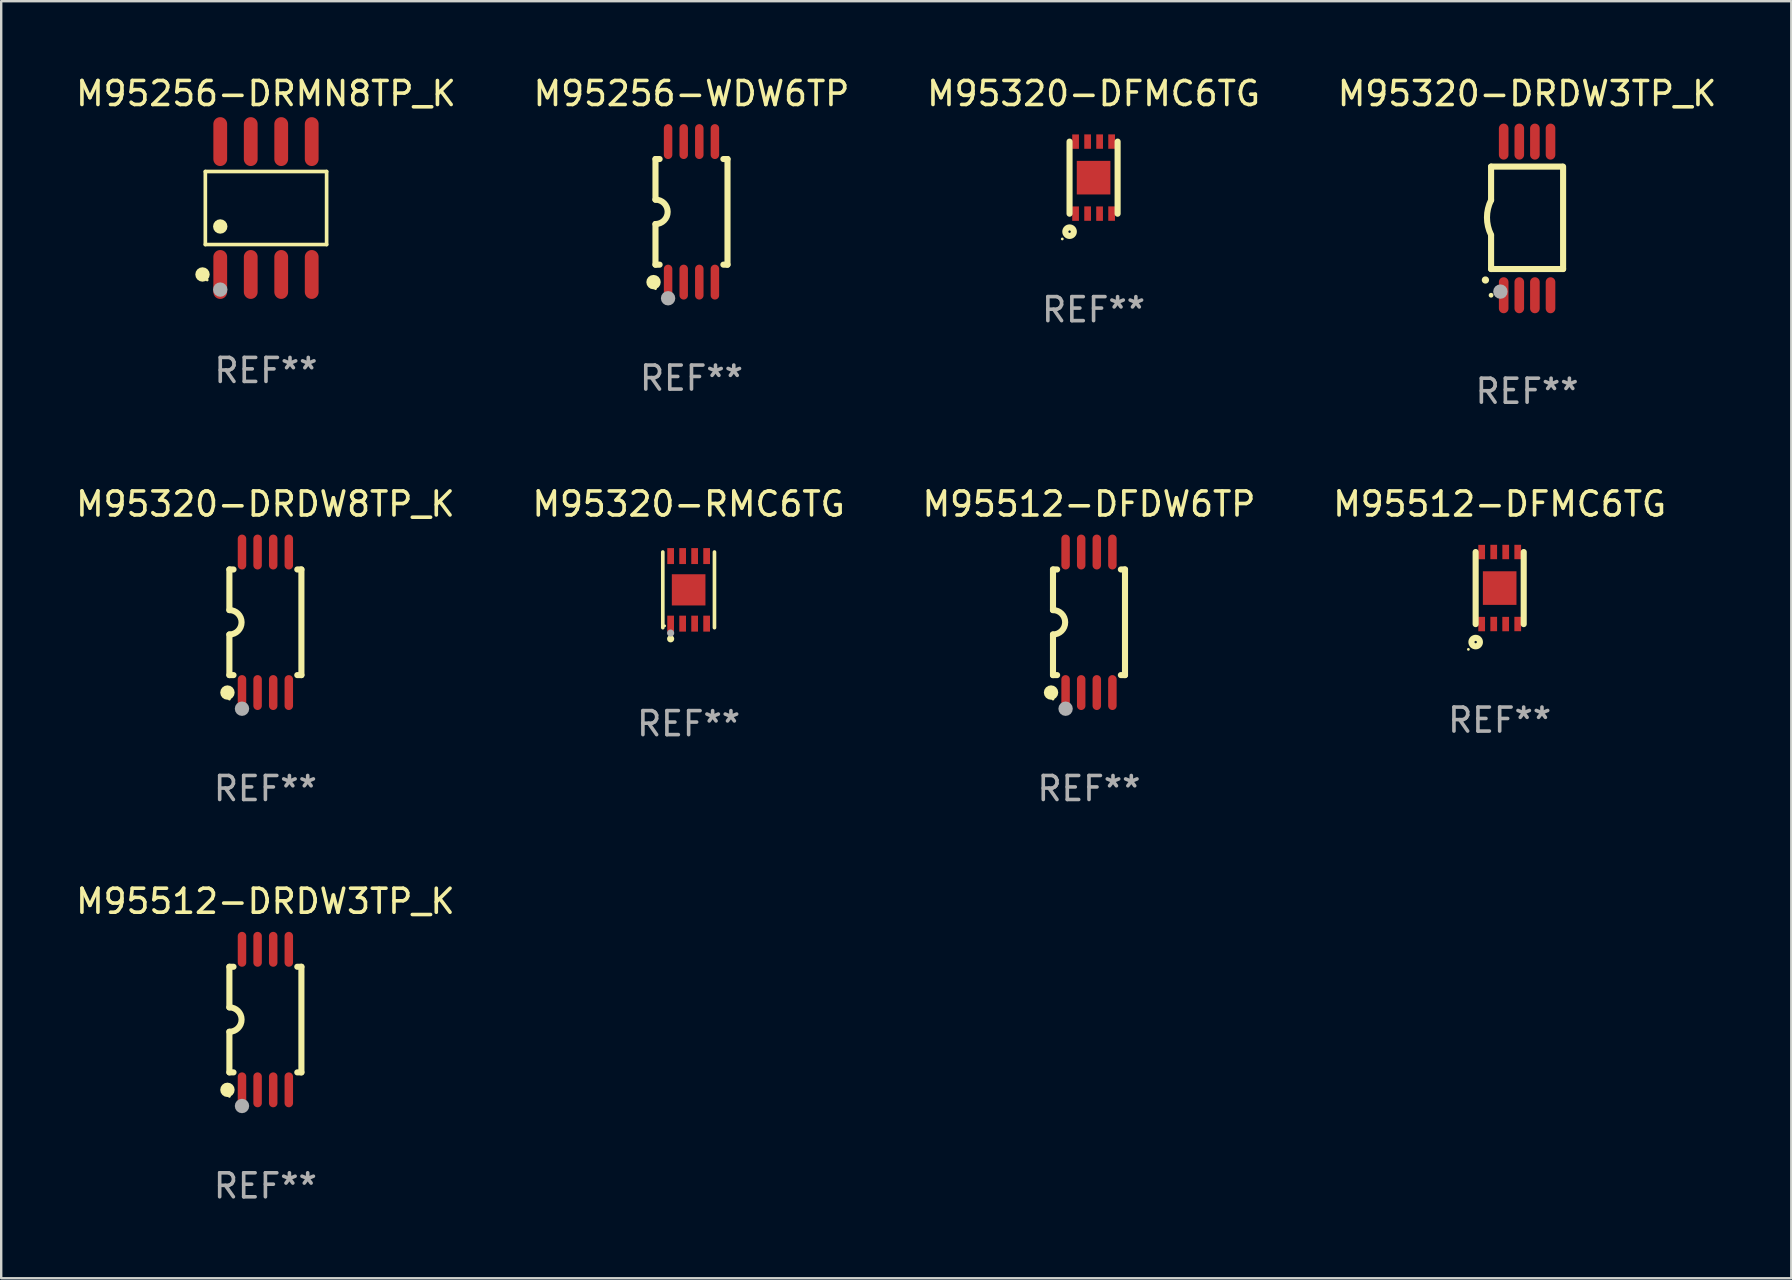
<source format=kicad_pcb>
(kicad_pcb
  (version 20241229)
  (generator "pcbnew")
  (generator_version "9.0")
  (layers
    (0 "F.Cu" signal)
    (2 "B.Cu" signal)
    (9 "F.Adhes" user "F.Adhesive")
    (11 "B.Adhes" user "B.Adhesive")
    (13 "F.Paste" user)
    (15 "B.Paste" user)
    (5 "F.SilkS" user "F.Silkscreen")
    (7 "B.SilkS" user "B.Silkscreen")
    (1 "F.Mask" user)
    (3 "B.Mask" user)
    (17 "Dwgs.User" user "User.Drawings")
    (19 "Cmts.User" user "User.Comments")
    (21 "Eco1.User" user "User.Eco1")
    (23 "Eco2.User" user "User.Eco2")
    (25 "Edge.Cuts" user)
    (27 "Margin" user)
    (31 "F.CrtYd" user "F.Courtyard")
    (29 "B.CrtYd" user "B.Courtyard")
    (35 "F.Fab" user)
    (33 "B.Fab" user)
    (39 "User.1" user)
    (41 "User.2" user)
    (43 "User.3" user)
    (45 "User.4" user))
  (footprint "M95256-WDW6TP"
    (layer "F.Cu")
    (at 25.756 5.775)
    (property "Reference" "M95256-WDW6TP" (at 0 -4.927 0) (layer "F.SilkS") (effects (font (size 1 1) (thickness 0.15))))
    (attr through_hole)
    (fp_line (start -1.5 -2.2) (end -1.5 -0.508) (stroke (width 0.254) (type solid)) (layer "F.SilkS"))
    (fp_line (start -1.5 -2.2) (end -1.328 -2.2) (stroke (width 0.254) (type solid)) (layer "F.SilkS"))
    (fp_line (start -1.5 2.2) (end -1.5 0.508) (stroke (width 0.254) (type solid)) (layer "F.SilkS"))
    (fp_line (start -1.5 2.2) (end -1.328 2.2) (stroke (width 0.254) (type solid)) (layer "F.SilkS"))
    (fp_line (start 1.328 -2.2) (end 1.5 -2.2) (stroke (width 0.254) (type solid)) (layer "F.SilkS"))
    (fp_line (start 1.328 2.2) (end 1.5 2.2) (stroke (width 0.254) (type solid)) (layer "F.SilkS"))
    (fp_line (start 1.5 -2.2) (end 1.5 2.2) (stroke (width 0.254) (type solid)) (layer "F.SilkS"))
    (fp_arc (start -1.501144 -0.508) (mid -0.993143 -0.000571) (end -1.5 0.508001) (stroke (width 0.254001) (type solid)) (layer "F.SilkS"))
    (fp_circle (center -1.581 2.927) (end -1.431 2.927) (stroke (width 0.3) (type solid)) (fill no) (layer "F.SilkS"))
    (fp_circle (center -1.5 3.2) (end -1.47 3.2) (stroke (width 0.06) (type solid)) (fill no) (layer "F.SilkS"))
    (fp_circle (center -0.975 3.6) (end -0.825 3.6) (stroke (width 0.3) (type solid)) (fill no) (layer "F.Fab"))
    (fp_text user "REF**" (at 0 6.927 0) (layer "F.Fab") (effects (font (size 1 1) (thickness 0.15))))
    (pad "1" smd oval (at -0.975 2.927) (size 0.353 1.454) (layers "F.Cu" "F.Mask" "F.Paste"))
    (pad "2" smd oval (at -0.325 2.927) (size 0.353 1.454) (layers "F.Cu" "F.Mask" "F.Paste"))
    (pad "3" smd oval (at 0.325 2.927) (size 0.353 1.454) (layers "F.Cu" "F.Mask" "F.Paste"))
    (pad "4" smd oval (at 0.975 2.927) (size 0.353 1.454) (layers "F.Cu" "F.Mask" "F.Paste"))
    (pad "5" smd oval (at 0.975 -2.927) (size 0.353 1.454) (layers "F.Cu" "F.Mask" "F.Paste"))
    (pad "6" smd oval (at 0.325 -2.927) (size 0.353 1.454) (layers "F.Cu" "F.Mask" "F.Paste"))
    (pad "7" smd oval (at -0.325 -2.927) (size 0.353 1.454) (layers "F.Cu" "F.Mask" "F.Paste"))
    (pad "8" smd oval (at -0.975 -2.927) (size 0.353 1.454) (layers "F.Cu" "F.Mask" "F.Paste")))
  (footprint "M95320-DRDW3TP_K"
    (layer "F.Cu")
    (at 60.565 6.049)
    (property "Reference" "M95320-DRDW3TP_K" (at 0 -5.2 0) (layer "F.SilkS") (effects (font (size 1 1) (thickness 0.15))))
    (attr through_hole)
    (fp_line (start -1.5 -0.762) (end -1.5 -2.159) (stroke (width 0.254) (type solid)) (layer "F.SilkS"))
    (fp_line (start -1.5 2.108) (end -1.5 0.711) (stroke (width 0.254) (type solid)) (layer "F.SilkS"))
    (fp_line (start -1.5 2.108) (end 1.5 2.108) (stroke (width 0.254) (type solid)) (layer "F.SilkS"))
    (fp_line (start 1.463 -2.159) (end -1.5 -2.159) (stroke (width 0.254) (type solid)) (layer "F.SilkS"))
    (fp_line (start 1.5 2.108) (end 1.5 -2.159) (stroke (width 0.254) (type solid)) (layer "F.SilkS"))
    (fp_arc (start -1.737287 2.565405) (mid -1.736017 2.5654) (end -1.734747 2.565405) (stroke (width 0.3) (type solid)) (layer "F.SilkS"))
    (fp_arc (start -1.500076 0.685801) (mid -1.670966 -0.0381) (end -1.500076 -0.762002) (stroke (width 0.254001) (type solid)) (layer "F.SilkS"))
    (fp_circle (center -1.5 3.2) (end -1.45 3.2) (stroke (width 0.1) (type solid)) (fill no) (layer "F.SilkS"))
    (fp_circle (center -1.112 3.048) (end -0.962 3.048) (stroke (width 0.3) (type solid)) (fill no) (layer "F.Fab"))
    (fp_text user "REF**" (at 0 7.2 0) (layer "F.Fab") (effects (font (size 1 1) (thickness 0.15))))
    (pad "1" smd oval (at -0.975 3.2 180) (size 0.4 1.5) (layers "F.Cu" "F.Mask" "F.Paste"))
    (pad "2" smd oval (at -0.325 3.2 180) (size 0.4 1.5) (layers "F.Cu" "F.Mask" "F.Paste"))
    (pad "3" smd oval (at 0.325 3.2 180) (size 0.4 1.5) (layers "F.Cu" "F.Mask" "F.Paste"))
    (pad "4" smd oval (at 0.976 3.2 180) (size 0.4 1.5) (layers "F.Cu" "F.Mask" "F.Paste"))
    (pad "5" smd oval (at 0.976 -3.2 180) (size 0.4 1.5) (layers "F.Cu" "F.Mask" "F.Paste"))
    (pad "6" smd oval (at 0.325 -3.2 180) (size 0.4 1.5) (layers "F.Cu" "F.Mask" "F.Paste"))
    (pad "7" smd oval (at -0.325 -3.2 180) (size 0.4 1.5) (layers "F.Cu" "F.Mask" "F.Paste"))
    (pad "8" smd oval (at -0.975 -3.2 180) (size 0.4 1.5) (layers "F.Cu" "F.Mask" "F.Paste")))
  (footprint "M95256-DRMN8TP_K"
    (layer "F.Cu")
    (at 8.03 5.616)
    (property "Reference" "M95256-DRMN8TP_K" (at 0 -4.768 0) (layer "F.SilkS") (effects (font (size 1 1) (thickness 0.15))))
    (attr through_hole)
    (fp_line (start -2.526 -1.521) (end 2.526 -1.521) (stroke (width 0.152) (type solid)) (layer "F.SilkS"))
    (fp_line (start -2.526 1.521) (end -2.526 -1.521) (stroke (width 0.152) (type solid)) (layer "F.SilkS"))
    (fp_line (start 2.526 -1.521) (end 2.526 1.521) (stroke (width 0.152) (type solid)) (layer "F.SilkS"))
    (fp_line (start 2.526 1.521) (end -2.526 1.521) (stroke (width 0.152) (type solid)) (layer "F.SilkS"))
    (fp_circle (center -2.644 2.768) (end -2.494 2.768) (stroke (width 0.3) (type solid)) (fill no) (layer "F.SilkS"))
    (fp_circle (center -2.45 2.998) (end -2.42 2.998) (stroke (width 0.06) (type solid)) (fill no) (layer "F.SilkS"))
    (fp_circle (center -1.905 0.769) (end -1.755 0.769) (stroke (width 0.3) (type solid)) (fill no) (layer "F.SilkS"))
    (fp_circle (center -1.905 3.398) (end -1.755 3.398) (stroke (width 0.3) (type solid)) (fill no) (layer "F.Fab"))
    (fp_text user "REF**" (at 0 6.768 0) (layer "F.Fab") (effects (font (size 1 1) (thickness 0.15))))
    (pad "1" smd oval (at -1.905 2.768) (size 0.574 2.036) (layers "F.Cu" "F.Mask" "F.Paste"))
    (pad "2" smd oval (at -0.635 2.768) (size 0.574 2.036) (layers "F.Cu" "F.Mask" "F.Paste"))
    (pad "3" smd oval (at 0.635 2.768) (size 0.574 2.036) (layers "F.Cu" "F.Mask" "F.Paste"))
    (pad "4" smd oval (at 1.905 2.768) (size 0.574 2.036) (layers "F.Cu" "F.Mask" "F.Paste"))
    (pad "5" smd oval (at 1.905 -2.768) (size 0.574 2.036) (layers "F.Cu" "F.Mask" "F.Paste"))
    (pad "6" smd oval (at 0.635 -2.768) (size 0.574 2.036) (layers "F.Cu" "F.Mask" "F.Paste"))
    (pad "7" smd oval (at -0.635 -2.768) (size 0.574 2.036) (layers "F.Cu" "F.Mask" "F.Paste"))
    (pad "8" smd oval (at -1.905 -2.768) (size 0.574 2.036) (layers "F.Cu" "F.Mask" "F.Paste")))
  (footprint "M95320-RMC6TG"
    (layer "F.Cu")
    (at 25.637 21.522)
    (property "Reference" "M95320-RMC6TG" (at 0 -3.576 0) (layer "F.SilkS") (effects (font (size 1 1) (thickness 0.15))))
    (attr through_hole)
    (fp_line (start -1.076 1.576) (end -1.076 -1.576) (stroke (width 0.152) (type solid)) (layer "F.SilkS"))
    (fp_line (start 1.076 1.576) (end 1.076 -1.576) (stroke (width 0.152) (type solid)) (layer "F.SilkS"))
    (fp_circle (center -1 1.5) (end -0.97 1.5) (stroke (width 0.06) (type solid)) (fill no) (layer "F.SilkS"))
    (fp_circle (center -0.75 2.04) (end -0.675 2.04) (stroke (width 0.15) (type solid)) (fill no) (layer "F.SilkS"))
    (fp_circle (center -0.75 1.8) (end -0.675 1.8) (stroke (width 0.15) (type solid)) (fill no) (layer "F.Fab"))
    (fp_text user "REF**" (at 0 5.576 0) (layer "F.Fab") (effects (font (size 1 1) (thickness 0.15))))
    (pad "1" smd rect (at -0.75 1.407) (size 0.28 0.665) (layers "F.Cu" "F.Mask" "F.Paste"))
    (pad "2" smd rect (at -0.25 1.407) (size 0.28 0.665) (layers "F.Cu" "F.Mask" "F.Paste"))
    (pad "3" smd rect (at 0.25 1.407) (size 0.28 0.665) (layers "F.Cu" "F.Mask" "F.Paste"))
    (pad "4" smd rect (at 0.75 1.407) (size 0.28 0.665) (layers "F.Cu" "F.Mask" "F.Paste"))
    (pad "5" smd rect (at 0.75 -1.407) (size 0.28 0.665) (layers "F.Cu" "F.Mask" "F.Paste"))
    (pad "6" smd rect (at 0.25 -1.407) (size 0.28 0.665) (layers "F.Cu" "F.Mask" "F.Paste"))
    (pad "7" smd rect (at -0.25 -1.407) (size 0.28 0.665) (layers "F.Cu" "F.Mask" "F.Paste"))
    (pad "8" smd rect (at -0.75 -1.407) (size 0.28 0.665) (layers "F.Cu" "F.Mask" "F.Paste"))
    (pad "9" smd rect (at 0 0) (size 1.4 1.3) (layers "F.Cu" "F.Mask" "F.Paste")))
  (footprint "M95320-DFMC6TG"
    (layer "F.Cu")
    (at 42.506 4.35)
    (property "Reference" "M95320-DFMC6TG" (at 0 -3.502 0) (layer "F.SilkS") (effects (font (size 1 1) (thickness 0.15))))
    (attr through_hole)
    (fp_line (start -1.001 1.502) (end -1.001 -1.501) (stroke (width 0.254) (type solid)) (layer "F.SilkS"))
    (fp_line (start 1.001 1.502) (end 1.001 -1.501) (stroke (width 0.254) (type solid)) (layer "F.SilkS"))
    (fp_circle (center -1.304 2.554) (end -1.274 2.554) (stroke (width 0.06) (type solid)) (fill no) (layer "F.SilkS"))
    (fp_circle (center -1 2.251) (end -0.823 2.251) (stroke (width 0.254) (type solid)) (fill no) (layer "F.SilkS"))
    (fp_text user "REF**" (at 0 5.502 0) (layer "F.Fab") (effects (font (size 1 1) (thickness 0.15))))
    (pad "1" smd rect (at -0.75 1.5 180) (size 0.28 0.6) (layers "F.Cu" "F.Mask" "F.Paste"))
    (pad "2" smd rect (at -0.248 1.498 180) (size 0.28 0.6) (layers "F.Cu" "F.Mask" "F.Paste"))
    (pad "3" smd rect (at 0.25 1.5 180) (size 0.28 0.6) (layers "F.Cu" "F.Mask" "F.Paste"))
    (pad "4" smd rect (at 0.752 1.498 180) (size 0.28 0.6) (layers "F.Cu" "F.Mask" "F.Paste"))
    (pad "5" smd rect (at 0.752 -1.502 180) (size 0.28 0.6) (layers "F.Cu" "F.Mask" "F.Paste"))
    (pad "6" smd rect (at 0.252 -1.502 180) (size 0.28 0.6) (layers "F.Cu" "F.Mask" "F.Paste"))
    (pad "7" smd rect (at -0.248 -1.502 180) (size 0.28 0.6) (layers "F.Cu" "F.Mask" "F.Paste"))
    (pad "8" smd rect (at -0.75 -1.5 180) (size 0.28 0.6) (layers "F.Cu" "F.Mask" "F.Paste"))
    (pad "9" smd rect (at 0.000051 0.001 270) (size 1.4 1.4) (layers "F.Cu" "F.Mask" "F.Paste")))
  (footprint "M95512-DFDW6TP"
    (layer "F.Cu")
    (at 42.315 22.873)
    (property "Reference" "M95512-DFDW6TP" (at 0 -4.927 0) (layer "F.SilkS") (effects (font (size 1 1) (thickness 0.15))))
    (attr through_hole)
    (fp_line (start -1.5 -2.2) (end -1.5 -0.508) (stroke (width 0.254) (type solid)) (layer "F.SilkS"))
    (fp_line (start -1.5 -2.2) (end -1.328 -2.2) (stroke (width 0.254) (type solid)) (layer "F.SilkS"))
    (fp_line (start -1.5 2.2) (end -1.5 0.508) (stroke (width 0.254) (type solid)) (layer "F.SilkS"))
    (fp_line (start -1.5 2.2) (end -1.328 2.2) (stroke (width 0.254) (type solid)) (layer "F.SilkS"))
    (fp_line (start 1.328 -2.2) (end 1.5 -2.2) (stroke (width 0.254) (type solid)) (layer "F.SilkS"))
    (fp_line (start 1.328 2.2) (end 1.5 2.2) (stroke (width 0.254) (type solid)) (layer "F.SilkS"))
    (fp_line (start 1.5 -2.2) (end 1.5 2.2) (stroke (width 0.254) (type solid)) (layer "F.SilkS"))
    (fp_arc (start -1.501144 -0.508) (mid -0.993143 -0.000571) (end -1.5 0.508001) (stroke (width 0.254001) (type solid)) (layer "F.SilkS"))
    (fp_circle (center -1.581 2.927) (end -1.431 2.927) (stroke (width 0.3) (type solid)) (fill no) (layer "F.SilkS"))
    (fp_circle (center -1.5 3.2) (end -1.47 3.2) (stroke (width 0.06) (type solid)) (fill no) (layer "F.SilkS"))
    (fp_circle (center -0.975 3.6) (end -0.825 3.6) (stroke (width 0.3) (type solid)) (fill no) (layer "F.Fab"))
    (fp_text user "REF**" (at 0 6.927 0) (layer "F.Fab") (effects (font (size 1 1) (thickness 0.15))))
    (pad "1" smd oval (at -0.975 2.927) (size 0.353 1.454) (layers "F.Cu" "F.Mask" "F.Paste"))
    (pad "2" smd oval (at -0.325 2.927) (size 0.353 1.454) (layers "F.Cu" "F.Mask" "F.Paste"))
    (pad "3" smd oval (at 0.325 2.927) (size 0.353 1.454) (layers "F.Cu" "F.Mask" "F.Paste"))
    (pad "4" smd oval (at 0.975 2.927) (size 0.353 1.454) (layers "F.Cu" "F.Mask" "F.Paste"))
    (pad "5" smd oval (at 0.975 -2.927) (size 0.353 1.454) (layers "F.Cu" "F.Mask" "F.Paste"))
    (pad "6" smd oval (at 0.325 -2.927) (size 0.353 1.454) (layers "F.Cu" "F.Mask" "F.Paste"))
    (pad "7" smd oval (at -0.325 -2.927) (size 0.353 1.454) (layers "F.Cu" "F.Mask" "F.Paste"))
    (pad "8" smd oval (at -0.975 -2.927) (size 0.353 1.454) (layers "F.Cu" "F.Mask" "F.Paste")))
  (footprint "M95512-DFMC6TG"
    (layer "F.Cu")
    (at 59.423 21.447)
    (property "Reference" "M95512-DFMC6TG" (at 0 -3.502 0) (layer "F.SilkS") (effects (font (size 1 1) (thickness 0.15))))
    (attr through_hole)
    (fp_line (start -1.001 1.502) (end -1.001 -1.501) (stroke (width 0.254) (type solid)) (layer "F.SilkS"))
    (fp_line (start 1.001 1.502) (end 1.001 -1.501) (stroke (width 0.254) (type solid)) (layer "F.SilkS"))
    (fp_circle (center -1.304 2.554) (end -1.274 2.554) (stroke (width 0.06) (type solid)) (fill no) (layer "F.SilkS"))
    (fp_circle (center -1 2.251) (end -0.823 2.251) (stroke (width 0.254) (type solid)) (fill no) (layer "F.SilkS"))
    (fp_text user "REF**" (at 0 5.502 0) (layer "F.Fab") (effects (font (size 1 1) (thickness 0.15))))
    (pad "1" smd rect (at -0.75 1.5 180) (size 0.28 0.6) (layers "F.Cu" "F.Mask" "F.Paste"))
    (pad "2" smd rect (at -0.248 1.498 180) (size 0.28 0.6) (layers "F.Cu" "F.Mask" "F.Paste"))
    (pad "3" smd rect (at 0.25 1.5 180) (size 0.28 0.6) (layers "F.Cu" "F.Mask" "F.Paste"))
    (pad "4" smd rect (at 0.752 1.498 180) (size 0.28 0.6) (layers "F.Cu" "F.Mask" "F.Paste"))
    (pad "5" smd rect (at 0.752 -1.502 180) (size 0.28 0.6) (layers "F.Cu" "F.Mask" "F.Paste"))
    (pad "6" smd rect (at 0.252 -1.502 180) (size 0.28 0.6) (layers "F.Cu" "F.Mask" "F.Paste"))
    (pad "7" smd rect (at -0.248 -1.502 180) (size 0.28 0.6) (layers "F.Cu" "F.Mask" "F.Paste"))
    (pad "8" smd rect (at -0.75 -1.5 180) (size 0.28 0.6) (layers "F.Cu" "F.Mask" "F.Paste"))
    (pad "9" smd rect (at 0.000051 0.001 270) (size 1.4 1.4) (layers "F.Cu" "F.Mask" "F.Paste")))
  (footprint "M95320-DRDW8TP_K"
    (layer "F.Cu")
    (at 8.006 22.873)
    (property "Reference" "M95320-DRDW8TP_K" (at 0 -4.927 0) (layer "F.SilkS") (effects (font (size 1 1) (thickness 0.15))))
    (attr through_hole)
    (fp_line (start -1.5 -2.2) (end -1.5 -0.508) (stroke (width 0.254) (type solid)) (layer "F.SilkS"))
    (fp_line (start -1.5 -2.2) (end -1.328 -2.2) (stroke (width 0.254) (type solid)) (layer "F.SilkS"))
    (fp_line (start -1.5 2.2) (end -1.5 0.508) (stroke (width 0.254) (type solid)) (layer "F.SilkS"))
    (fp_line (start -1.5 2.2) (end -1.328 2.2) (stroke (width 0.254) (type solid)) (layer "F.SilkS"))
    (fp_line (start 1.328 -2.2) (end 1.5 -2.2) (stroke (width 0.254) (type solid)) (layer "F.SilkS"))
    (fp_line (start 1.328 2.2) (end 1.5 2.2) (stroke (width 0.254) (type solid)) (layer "F.SilkS"))
    (fp_line (start 1.5 -2.2) (end 1.5 2.2) (stroke (width 0.254) (type solid)) (layer "F.SilkS"))
    (fp_arc (start -1.501144 -0.508) (mid -0.993143 -0.000571) (end -1.5 0.508001) (stroke (width 0.254001) (type solid)) (layer "F.SilkS"))
    (fp_circle (center -1.581 2.927) (end -1.431 2.927) (stroke (width 0.3) (type solid)) (fill no) (layer "F.SilkS"))
    (fp_circle (center -1.5 3.2) (end -1.47 3.2) (stroke (width 0.06) (type solid)) (fill no) (layer "F.SilkS"))
    (fp_circle (center -0.975 3.6) (end -0.825 3.6) (stroke (width 0.3) (type solid)) (fill no) (layer "F.Fab"))
    (fp_text user "REF**" (at 0 6.927 0) (layer "F.Fab") (effects (font (size 1 1) (thickness 0.15))))
    (pad "1" smd oval (at -0.975 2.927) (size 0.353 1.454) (layers "F.Cu" "F.Mask" "F.Paste"))
    (pad "2" smd oval (at -0.325 2.927) (size 0.353 1.454) (layers "F.Cu" "F.Mask" "F.Paste"))
    (pad "3" smd oval (at 0.325 2.927) (size 0.353 1.454) (layers "F.Cu" "F.Mask" "F.Paste"))
    (pad "4" smd oval (at 0.975 2.927) (size 0.353 1.454) (layers "F.Cu" "F.Mask" "F.Paste"))
    (pad "5" smd oval (at 0.975 -2.927) (size 0.353 1.454) (layers "F.Cu" "F.Mask" "F.Paste"))
    (pad "6" smd oval (at 0.325 -2.927) (size 0.353 1.454) (layers "F.Cu" "F.Mask" "F.Paste"))
    (pad "7" smd oval (at -0.325 -2.927) (size 0.353 1.454) (layers "F.Cu" "F.Mask" "F.Paste"))
    (pad "8" smd oval (at -0.975 -2.927) (size 0.353 1.454) (layers "F.Cu" "F.Mask" "F.Paste")))
  (footprint "M95512-DRDW3TP_K"
    (layer "F.Cu")
    (at 8.006 39.423)
    (property "Reference" "M95512-DRDW3TP_K" (at 0 -4.927 0) (layer "F.SilkS") (effects (font (size 1 1) (thickness 0.15))))
    (attr through_hole)
    (fp_line (start -1.5 -2.2) (end -1.5 -0.508) (stroke (width 0.254) (type solid)) (layer "F.SilkS"))
    (fp_line (start -1.5 -2.2) (end -1.328 -2.2) (stroke (width 0.254) (type solid)) (layer "F.SilkS"))
    (fp_line (start -1.5 2.2) (end -1.5 0.508) (stroke (width 0.254) (type solid)) (layer "F.SilkS"))
    (fp_line (start -1.5 2.2) (end -1.328 2.2) (stroke (width 0.254) (type solid)) (layer "F.SilkS"))
    (fp_line (start 1.328 -2.2) (end 1.5 -2.2) (stroke (width 0.254) (type solid)) (layer "F.SilkS"))
    (fp_line (start 1.328 2.2) (end 1.5 2.2) (stroke (width 0.254) (type solid)) (layer "F.SilkS"))
    (fp_line (start 1.5 -2.2) (end 1.5 2.2) (stroke (width 0.254) (type solid)) (layer "F.SilkS"))
    (fp_arc (start -1.501144 -0.508) (mid -0.993143 -0.000571) (end -1.5 0.508001) (stroke (width 0.254001) (type solid)) (layer "F.SilkS"))
    (fp_circle (center -1.581 2.927) (end -1.431 2.927) (stroke (width 0.3) (type solid)) (fill no) (layer "F.SilkS"))
    (fp_circle (center -1.5 3.2) (end -1.47 3.2) (stroke (width 0.06) (type solid)) (fill no) (layer "F.SilkS"))
    (fp_circle (center -0.975 3.6) (end -0.825 3.6) (stroke (width 0.3) (type solid)) (fill no) (layer "F.Fab"))
    (fp_text user "REF**" (at 0 6.927 0) (layer "F.Fab") (effects (font (size 1 1) (thickness 0.15))))
    (pad "1" smd oval (at -0.975 2.927) (size 0.353 1.454) (layers "F.Cu" "F.Mask" "F.Paste"))
    (pad "2" smd oval (at -0.325 2.927) (size 0.353 1.454) (layers "F.Cu" "F.Mask" "F.Paste"))
    (pad "3" smd oval (at 0.325 2.927) (size 0.353 1.454) (layers "F.Cu" "F.Mask" "F.Paste"))
    (pad "4" smd oval (at 0.975 2.927) (size 0.353 1.454) (layers "F.Cu" "F.Mask" "F.Paste"))
    (pad "5" smd oval (at 0.975 -2.927) (size 0.353 1.454) (layers "F.Cu" "F.Mask" "F.Paste"))
    (pad "6" smd oval (at 0.325 -2.927) (size 0.353 1.454) (layers "F.Cu" "F.Mask" "F.Paste"))
    (pad "7" smd oval (at -0.325 -2.927) (size 0.353 1.454) (layers "F.Cu" "F.Mask" "F.Paste"))
    (pad "8" smd oval (at -0.975 -2.927) (size 0.353 1.454) (layers "F.Cu" "F.Mask" "F.Paste")))
  (gr_rect
    (start -3 -3)
    (end 71.571 50.199)
    (stroke (width 0.1) (type default))
    (fill no)
    (layer "Edge.Cuts")))
</source>
